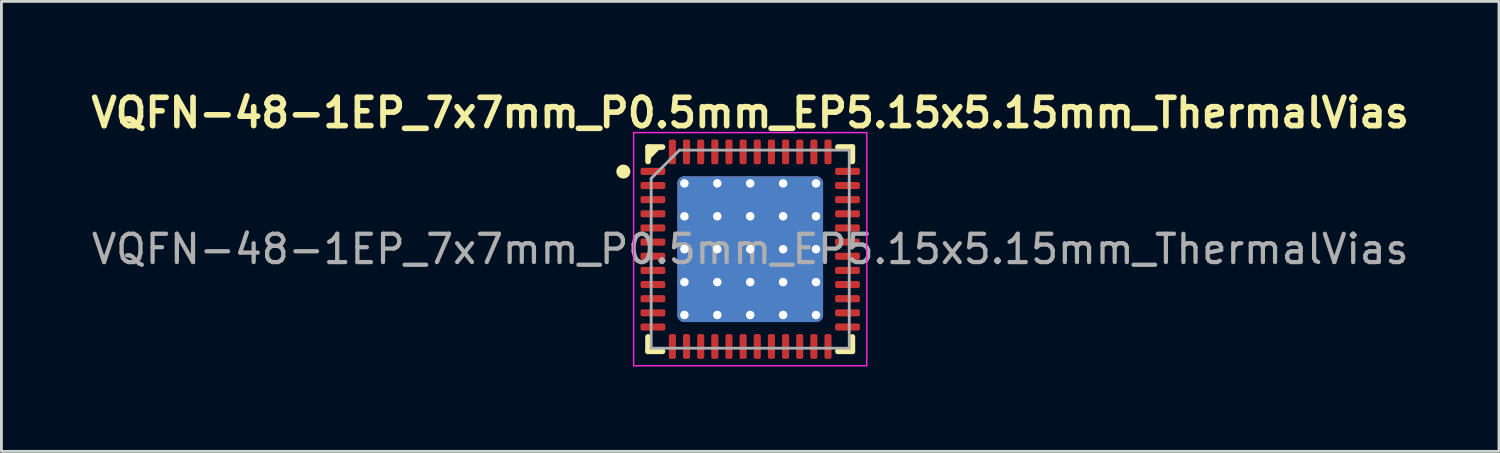
<source format=kicad_pcb>
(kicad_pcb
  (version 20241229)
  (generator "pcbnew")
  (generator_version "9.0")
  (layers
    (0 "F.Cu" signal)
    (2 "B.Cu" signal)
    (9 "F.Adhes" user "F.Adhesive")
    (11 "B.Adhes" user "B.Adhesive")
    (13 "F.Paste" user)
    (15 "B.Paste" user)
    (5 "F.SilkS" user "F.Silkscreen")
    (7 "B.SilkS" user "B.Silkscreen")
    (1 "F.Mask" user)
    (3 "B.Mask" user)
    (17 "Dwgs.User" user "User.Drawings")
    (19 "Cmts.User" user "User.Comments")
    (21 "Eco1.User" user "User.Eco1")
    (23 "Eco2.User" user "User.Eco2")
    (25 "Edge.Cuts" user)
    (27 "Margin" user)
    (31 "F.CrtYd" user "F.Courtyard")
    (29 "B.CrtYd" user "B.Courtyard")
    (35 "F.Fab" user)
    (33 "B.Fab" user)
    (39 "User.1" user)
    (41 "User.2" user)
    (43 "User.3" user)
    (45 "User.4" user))
  (footprint "VQFN-48-1EP_7x7mm_P0.5mm_EP5.15x5.15mm_ThermalVias"
    (layer "F.Cu")
    (at 23.462 5.756)
    (property "Reference" "VQFN-48-1EP_7x7mm_P0.5mm_EP5.15x5.15mm_ThermalVias" (at 0 -4.82 0) (layer "F.SilkS") (effects (font (size 1 1) (thickness 0.2))))
    (attr smd)
    (fp_line (start -3.61 -3.61) (end -3.61 -3.1) (stroke (width 0.2) (type solid)) (layer "F.SilkS"))
    (fp_line (start -3.61 -3.61) (end -3.1 -3.61) (stroke (width 0.2) (type solid)) (layer "F.SilkS"))
    (fp_line (start -3.61 3.61) (end -3.61 3.1) (stroke (width 0.2) (type solid)) (layer "F.SilkS"))
    (fp_line (start -3.61 3.61) (end -3.1 3.61) (stroke (width 0.2) (type solid)) (layer "F.SilkS"))
    (fp_line (start 3.61 -3.61) (end 3.1 -3.61) (stroke (width 0.2) (type solid)) (layer "F.SilkS"))
    (fp_line (start 3.61 -3.61) (end 3.61 -3.1) (stroke (width 0.2) (type solid)) (layer "F.SilkS"))
    (fp_line (start 3.61 3.61) (end 3.1 3.61) (stroke (width 0.2) (type solid)) (layer "F.SilkS"))
    (fp_line (start 3.61 3.61) (end 3.61 3.1) (stroke (width 0.2) (type solid)) (layer "F.SilkS"))
    (fp_circle (center -4.483 -2.743) (end -4.358 -2.743) (stroke (width 0.25) (type solid)) (fill no) (layer "F.SilkS"))
    (fp_poly (pts (xy -3.6 -3.2) (xy -3.6 -3.6) (xy -3.2 -3.6)) (stroke (width 0.1) (type solid)) (fill yes) (layer "F.SilkS"))
    (fp_line (start -4.12 -4.12) (end -4.12 4.12) (stroke (width 0.05) (type solid)) (layer "F.CrtYd"))
    (fp_line (start -4.12 4.12) (end 4.12 4.12) (stroke (width 0.05) (type solid)) (layer "F.CrtYd"))
    (fp_line (start 4.12 -4.12) (end -4.12 -4.12) (stroke (width 0.05) (type solid)) (layer "F.CrtYd"))
    (fp_line (start 4.12 4.12) (end 4.12 -4.12) (stroke (width 0.05) (type solid)) (layer "F.CrtYd"))
    (fp_line (start -3.5 -2.5) (end -2.5 -3.5) (stroke (width 0.1) (type solid)) (layer "F.Fab"))
    (fp_line (start -3.5 3.5) (end -3.5 -2.5) (stroke (width 0.1) (type solid)) (layer "F.Fab"))
    (fp_line (start -2.5 -3.5) (end 3.5 -3.5) (stroke (width 0.1) (type solid)) (layer "F.Fab"))
    (fp_line (start 3.5 -3.5) (end 3.5 3.5) (stroke (width 0.1) (type solid)) (layer "F.Fab"))
    (fp_line (start 3.5 3.5) (end -3.5 3.5) (stroke (width 0.1) (type solid)) (layer "F.Fab"))
    (fp_text user "${REFERENCE}" (at 0 0 0) (layer "F.Fab") (effects (font (size 1 1) (thickness 0.15))))
    (pad "" smd roundrect (at -1.29 -1.29) (size 2.08 2.08) (layers "F.Paste") (roundrect_rratio 0.12))
    (pad "" smd roundrect (at -1.29 1.29) (size 2.08 2.08) (layers "F.Paste") (roundrect_rratio 0.12))
    (pad "" smd roundrect (at 1.29 -1.29) (size 2.08 2.08) (layers "F.Paste") (roundrect_rratio 0.12))
    (pad "" smd roundrect (at 1.29 1.29) (size 2.08 2.08) (layers "F.Paste") (roundrect_rratio 0.12))
    (pad "1" smd roundrect (at -3.438 -2.75) (size 0.875 0.25) (layers "F.Cu" "F.Mask" "F.Paste") (roundrect_rratio 0.25))
    (pad "2" smd roundrect (at -3.438 -2.25) (size 0.875 0.25) (layers "F.Cu" "F.Mask" "F.Paste") (roundrect_rratio 0.25))
    (pad "3" smd roundrect (at -3.438 -1.75) (size 0.875 0.25) (layers "F.Cu" "F.Mask" "F.Paste") (roundrect_rratio 0.25))
    (pad "4" smd roundrect (at -3.438 -1.25) (size 0.875 0.25) (layers "F.Cu" "F.Mask" "F.Paste") (roundrect_rratio 0.25))
    (pad "5" smd roundrect (at -3.438 -0.75) (size 0.875 0.25) (layers "F.Cu" "F.Mask" "F.Paste") (roundrect_rratio 0.25))
    (pad "6" smd roundrect (at -3.438 -0.25) (size 0.875 0.25) (layers "F.Cu" "F.Mask" "F.Paste") (roundrect_rratio 0.25))
    (pad "7" smd roundrect (at -3.438 0.25) (size 0.875 0.25) (layers "F.Cu" "F.Mask" "F.Paste") (roundrect_rratio 0.25))
    (pad "8" smd roundrect (at -3.438 0.75) (size 0.875 0.25) (layers "F.Cu" "F.Mask" "F.Paste") (roundrect_rratio 0.25))
    (pad "9" smd roundrect (at -3.438 1.25) (size 0.875 0.25) (layers "F.Cu" "F.Mask" "F.Paste") (roundrect_rratio 0.25))
    (pad "10" smd roundrect (at -3.438 1.75) (size 0.875 0.25) (layers "F.Cu" "F.Mask" "F.Paste") (roundrect_rratio 0.25))
    (pad "11" smd roundrect (at -3.438 2.25) (size 0.875 0.25) (layers "F.Cu" "F.Mask" "F.Paste") (roundrect_rratio 0.25))
    (pad "12" smd roundrect (at -3.438 2.75) (size 0.875 0.25) (layers "F.Cu" "F.Mask" "F.Paste") (roundrect_rratio 0.25))
    (pad "13" smd roundrect (at -2.75 3.438) (size 0.25 0.875) (layers "F.Cu" "F.Mask" "F.Paste") (roundrect_rratio 0.25))
    (pad "14" smd roundrect (at -2.25 3.438) (size 0.25 0.875) (layers "F.Cu" "F.Mask" "F.Paste") (roundrect_rratio 0.25))
    (pad "15" smd roundrect (at -1.75 3.438) (size 0.25 0.875) (layers "F.Cu" "F.Mask" "F.Paste") (roundrect_rratio 0.25))
    (pad "16" smd roundrect (at -1.25 3.438) (size 0.25 0.875) (layers "F.Cu" "F.Mask" "F.Paste") (roundrect_rratio 0.25))
    (pad "17" smd roundrect (at -0.75 3.438) (size 0.25 0.875) (layers "F.Cu" "F.Mask" "F.Paste") (roundrect_rratio 0.25))
    (pad "18" smd roundrect (at -0.25 3.438) (size 0.25 0.875) (layers "F.Cu" "F.Mask" "F.Paste") (roundrect_rratio 0.25))
    (pad "19" smd roundrect (at 0.25 3.438) (size 0.25 0.875) (layers "F.Cu" "F.Mask" "F.Paste") (roundrect_rratio 0.25))
    (pad "20" smd roundrect (at 0.75 3.438) (size 0.25 0.875) (layers "F.Cu" "F.Mask" "F.Paste") (roundrect_rratio 0.25))
    (pad "21" smd roundrect (at 1.25 3.438) (size 0.25 0.875) (layers "F.Cu" "F.Mask" "F.Paste") (roundrect_rratio 0.25))
    (pad "22" smd roundrect (at 1.75 3.438) (size 0.25 0.875) (layers "F.Cu" "F.Mask" "F.Paste") (roundrect_rratio 0.25))
    (pad "23" smd roundrect (at 2.25 3.438) (size 0.25 0.875) (layers "F.Cu" "F.Mask" "F.Paste") (roundrect_rratio 0.25))
    (pad "24" smd roundrect (at 2.75 3.438) (size 0.25 0.875) (layers "F.Cu" "F.Mask" "F.Paste") (roundrect_rratio 0.25))
    (pad "25" smd roundrect (at 3.438 2.75) (size 0.875 0.25) (layers "F.Cu" "F.Mask" "F.Paste") (roundrect_rratio 0.25))
    (pad "26" smd roundrect (at 3.438 2.25) (size 0.875 0.25) (layers "F.Cu" "F.Mask" "F.Paste") (roundrect_rratio 0.25))
    (pad "27" smd roundrect (at 3.438 1.75) (size 0.875 0.25) (layers "F.Cu" "F.Mask" "F.Paste") (roundrect_rratio 0.25))
    (pad "28" smd roundrect (at 3.438 1.25) (size 0.875 0.25) (layers "F.Cu" "F.Mask" "F.Paste") (roundrect_rratio 0.25))
    (pad "29" smd roundrect (at 3.438 0.75) (size 0.875 0.25) (layers "F.Cu" "F.Mask" "F.Paste") (roundrect_rratio 0.25))
    (pad "30" smd roundrect (at 3.438 0.25) (size 0.875 0.25) (layers "F.Cu" "F.Mask" "F.Paste") (roundrect_rratio 0.25))
    (pad "31" smd roundrect (at 3.438 -0.25) (size 0.875 0.25) (layers "F.Cu" "F.Mask" "F.Paste") (roundrect_rratio 0.25))
    (pad "32" smd roundrect (at 3.438 -0.75) (size 0.875 0.25) (layers "F.Cu" "F.Mask" "F.Paste") (roundrect_rratio 0.25))
    (pad "33" smd roundrect (at 3.438 -1.25) (size 0.875 0.25) (layers "F.Cu" "F.Mask" "F.Paste") (roundrect_rratio 0.25))
    (pad "34" smd roundrect (at 3.438 -1.75) (size 0.875 0.25) (layers "F.Cu" "F.Mask" "F.Paste") (roundrect_rratio 0.25))
    (pad "35" smd roundrect (at 3.438 -2.25) (size 0.875 0.25) (layers "F.Cu" "F.Mask" "F.Paste") (roundrect_rratio 0.25))
    (pad "36" smd roundrect (at 3.438 -2.75) (size 0.875 0.25) (layers "F.Cu" "F.Mask" "F.Paste") (roundrect_rratio 0.25))
    (pad "37" smd roundrect (at 2.75 -3.438) (size 0.25 0.875) (layers "F.Cu" "F.Mask" "F.Paste") (roundrect_rratio 0.25))
    (pad "38" smd roundrect (at 2.25 -3.438) (size 0.25 0.875) (layers "F.Cu" "F.Mask" "F.Paste") (roundrect_rratio 0.25))
    (pad "39" smd roundrect (at 1.75 -3.438) (size 0.25 0.875) (layers "F.Cu" "F.Mask" "F.Paste") (roundrect_rratio 0.25))
    (pad "40" smd roundrect (at 1.25 -3.438) (size 0.25 0.875) (layers "F.Cu" "F.Mask" "F.Paste") (roundrect_rratio 0.25))
    (pad "41" smd roundrect (at 0.75 -3.438) (size 0.25 0.875) (layers "F.Cu" "F.Mask" "F.Paste") (roundrect_rratio 0.25))
    (pad "42" smd roundrect (at 0.25 -3.438) (size 0.25 0.875) (layers "F.Cu" "F.Mask" "F.Paste") (roundrect_rratio 0.25))
    (pad "43" smd roundrect (at -0.25 -3.438) (size 0.25 0.875) (layers "F.Cu" "F.Mask" "F.Paste") (roundrect_rratio 0.25))
    (pad "44" smd roundrect (at -0.75 -3.438) (size 0.25 0.875) (layers "F.Cu" "F.Mask" "F.Paste") (roundrect_rratio 0.25))
    (pad "45" smd roundrect (at -1.25 -3.438) (size 0.25 0.875) (layers "F.Cu" "F.Mask" "F.Paste") (roundrect_rratio 0.25))
    (pad "46" smd roundrect (at -1.75 -3.438) (size 0.25 0.875) (layers "F.Cu" "F.Mask" "F.Paste") (roundrect_rratio 0.25))
    (pad "47" smd roundrect (at -2.25 -3.438) (size 0.25 0.875) (layers "F.Cu" "F.Mask" "F.Paste") (roundrect_rratio 0.25))
    (pad "48" smd roundrect (at -2.75 -3.438) (size 0.25 0.875) (layers "F.Cu" "F.Mask" "F.Paste") (roundrect_rratio 0.25))
    (pad "49" thru_hole circle (at -2.325 -2.325) (size 0.5 0.5) (drill 0.3) (layers "*.Cu"))
    (pad "49" thru_hole circle (at -2.325 -1.163) (size 0.5 0.5) (drill 0.3) (layers "*.Cu"))
    (pad "49" thru_hole circle (at -2.325 0) (size 0.5 0.5) (drill 0.3) (layers "*.Cu"))
    (pad "49" thru_hole circle (at -2.325 1.163) (size 0.5 0.5) (drill 0.3) (layers "*.Cu"))
    (pad "49" thru_hole circle (at -2.325 2.325) (size 0.5 0.5) (drill 0.3) (layers "*.Cu"))
    (pad "49" thru_hole circle (at -1.163 -2.325) (size 0.5 0.5) (drill 0.3) (layers "*.Cu"))
    (pad "49" thru_hole circle (at -1.163 -1.163) (size 0.5 0.5) (drill 0.3) (layers "*.Cu"))
    (pad "49" thru_hole circle (at -1.163 0) (size 0.5 0.5) (drill 0.3) (layers "*.Cu"))
    (pad "49" thru_hole circle (at -1.163 1.163) (size 0.5 0.5) (drill 0.3) (layers "*.Cu"))
    (pad "49" thru_hole circle (at -1.163 2.325) (size 0.5 0.5) (drill 0.3) (layers "*.Cu"))
    (pad "49" thru_hole circle (at 0 -2.325) (size 0.5 0.5) (drill 0.3) (layers "*.Cu"))
    (pad "49" thru_hole circle (at 0 -1.163) (size 0.5 0.5) (drill 0.3) (layers "*.Cu"))
    (pad "49" thru_hole circle (at 0 0) (size 0.5 0.5) (drill 0.3) (layers "*.Cu"))
    (pad "49" smd roundrect (at 0 0) (size 5.15 5.15) (layers "F.Cu" "F.Mask") (roundrect_rratio 0.049))
    (pad "49" smd roundrect (at 0 0) (size 5.15 5.15) (layers "B.Cu") (roundrect_rratio 0.049))
    (pad "49" thru_hole circle (at 0 1.163) (size 0.5 0.5) (drill 0.3) (layers "*.Cu"))
    (pad "49" thru_hole circle (at 0 2.325) (size 0.5 0.5) (drill 0.3) (layers "*.Cu"))
    (pad "49" thru_hole circle (at 1.163 -2.325) (size 0.5 0.5) (drill 0.3) (layers "*.Cu"))
    (pad "49" thru_hole circle (at 1.163 -1.163) (size 0.5 0.5) (drill 0.3) (layers "*.Cu"))
    (pad "49" thru_hole circle (at 1.163 0) (size 0.5 0.5) (drill 0.3) (layers "*.Cu"))
    (pad "49" thru_hole circle (at 1.163 1.163) (size 0.5 0.5) (drill 0.3) (layers "*.Cu"))
    (pad "49" thru_hole circle (at 1.163 2.325) (size 0.5 0.5) (drill 0.3) (layers "*.Cu"))
    (pad "49" thru_hole circle (at 2.325 -2.325) (size 0.5 0.5) (drill 0.3) (layers "*.Cu"))
    (pad "49" thru_hole circle (at 2.325 -1.163) (size 0.5 0.5) (drill 0.3) (layers "*.Cu"))
    (pad "49" thru_hole circle (at 2.325 0) (size 0.5 0.5) (drill 0.3) (layers "*.Cu"))
    (pad "49" thru_hole circle (at 2.325 1.163) (size 0.5 0.5) (drill 0.3) (layers "*.Cu"))
    (pad "49" thru_hole circle (at 2.325 2.325) (size 0.5 0.5) (drill 0.3) (layers "*.Cu")))
  (gr_rect
    (start -3 -3)
    (end 49.924 12.901)
    (stroke (width 0.1) (type default))
    (fill no)
    (layer "Edge.Cuts")))
</source>
